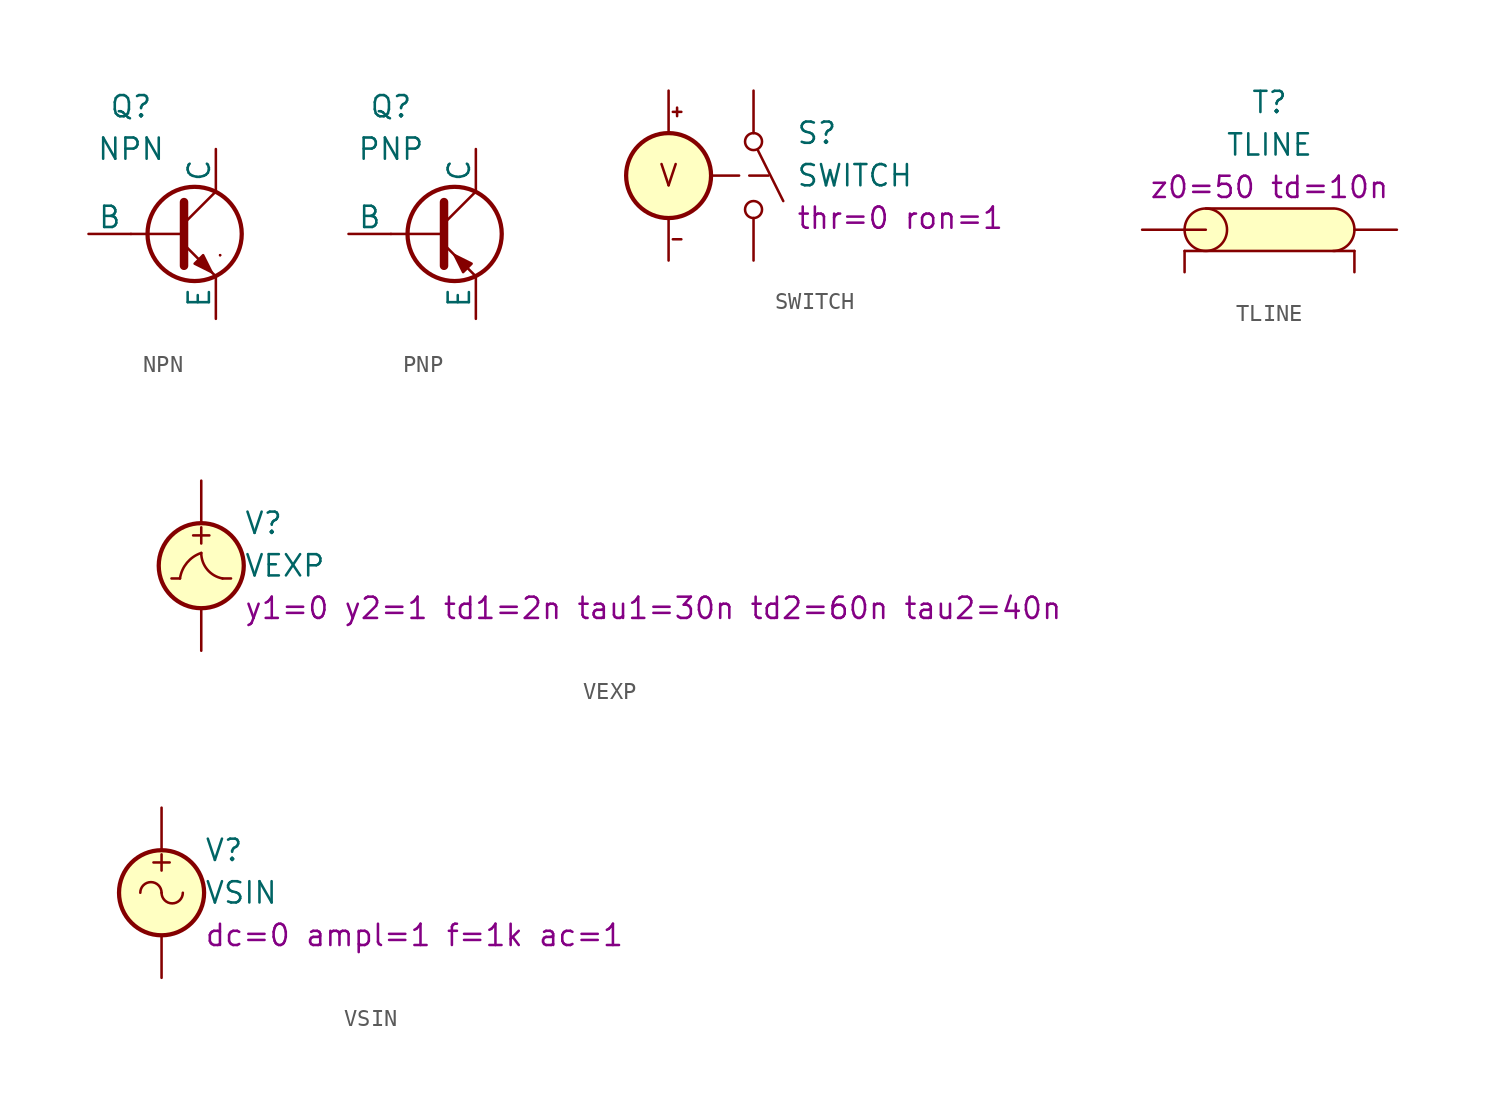
<source format=kicad_sym>
(kicad_symbol_lib
  (version 20231120)
  (generator "kicad_symbol_editor")
  (generator_version "8.0")
  (symbol "NPN"
    (pin_numbers hide)
    (pin_names
      (offset 0))
    (property "Reference" "Q"
      (at -2.54 7.62 0)
      (effects (font (size 1.27 1.27))))
    (property "Value" "NPN"
      (at -2.54 5.08 0)
      (effects (font (size 1.27 1.27))))
    (symbol "NPN_0_1"
      (polyline (pts (xy -2.54 0) (xy 0.635 0)) (stroke (width 0.152) (type default)) (fill (type none)))
      (polyline (pts (xy 0.635 0.635) (xy 2.54 2.54)) (stroke (width 0) (type default)) (fill (type none)))
      (polyline (pts (xy 2.794 -1.27) (xy 2.794 -1.27)) (stroke (width 0.152) (type default)) (fill (type none)))
      (polyline (pts (xy 2.794 -1.27) (xy 2.794 -1.27)) (stroke (width 0.152) (type default)) (fill (type none)))
      (polyline (pts (xy 0.635 -0.635) (xy 2.54 -2.54) (xy 2.54 -2.54)) (stroke (width 0) (type default)) (fill (type none)))
      (polyline (pts (xy 0.635 1.905) (xy 0.635 -1.905) (xy 0.635 -1.905)) (stroke (width 0.508) (type default)) (fill (type none)))
      (polyline (pts (xy 1.27 -1.778) (xy 1.778 -1.27) (xy 2.286 -2.286) (xy 1.27 -1.778) (xy 1.27 -1.778)) (stroke (width 0) (type default)) (fill (type outline)))
      (circle (center 1.27 0) (radius 2.819) (stroke (width 0.254) (type default)) (fill (type none))))
    (symbol "NPN_1_1"
      (pin open_collector line (at 2.54 5.08 270) (length 2.54) (name "C" (effects (font (size 1.27 1.27)))) (number "1" (effects (font (size 1.27 1.27)))))
      (pin input line (at -5.08 0 0) (length 2.54) (name "B" (effects (font (size 1.27 1.27)))) (number "2" (effects (font (size 1.27 1.27)))))
      (pin open_emitter line (at 2.54 -5.08 90) (length 2.54) (name "E" (effects (font (size 1.27 1.27)))) (number "3" (effects (font (size 1.27 1.27)))))))
  (symbol "PNP"
    (pin_numbers hide)
    (pin_names
      (offset 0))
    (property "Reference" "Q"
      (at -2.54 7.62 0)
      (effects (font (size 1.27 1.27))))
    (property "Value" "PNP"
      (at -2.54 5.08 0)
      (effects (font (size 1.27 1.27))))
    (symbol "PNP_0_1"
      (polyline (pts (xy -2.54 0) (xy 0.635 0)) (stroke (width 0.152) (type default)) (fill (type none)))
      (polyline (pts (xy 0.635 0.635) (xy 2.54 2.54)) (stroke (width 0) (type default)) (fill (type none)))
      (polyline (pts (xy 0.635 -0.635) (xy 2.54 -2.54) (xy 2.54 -2.54)) (stroke (width 0) (type default)) (fill (type none)))
      (polyline (pts (xy 0.635 1.905) (xy 0.635 -1.905) (xy 0.635 -1.905)) (stroke (width 0.508) (type default)) (fill (type none)))
      (polyline (pts (xy 2.286 -1.778) (xy 1.778 -2.286) (xy 1.27 -1.27) (xy 2.286 -1.778) (xy 2.286 -1.778)) (stroke (width 0) (type default)) (fill (type outline)))
      (circle (center 1.27 0) (radius 2.819) (stroke (width 0.254) (type default)) (fill (type none))))
    (symbol "PNP_1_1"
      (pin open_collector line (at 2.54 5.08 270) (length 2.54) (name "C" (effects (font (size 1.27 1.27)))) (number "1" (effects (font (size 1.27 1.27)))))
      (pin input line (at -5.08 0 0) (length 2.54) (name "B" (effects (font (size 1.27 1.27)))) (number "2" (effects (font (size 1.27 1.27)))))
      (pin open_emitter line (at 2.54 -5.08 90) (length 2.54) (name "E" (effects (font (size 1.27 1.27)))) (number "3" (effects (font (size 1.27 1.27)))))))
  (symbol "SWITCH"
    (pin_numbers hide)
    (pin_names
      (offset 1.016) hide)
    (property "Reference" "S"
      (at 2.54 2.54 0)
      (effects (font (size 1.27 1.27)) (justify left)))
    (property "Value" "SWITCH"
      (at 2.54 0 0)
      (effects (font (size 1.27 1.27)) (justify left)))
    (property "Sim.Params" "thr=0 ron=1"
      (at 2.54 -2.54 0)
      (effects (font (size 1.27 1.27)) (justify left)))
    (symbol "SWITCH_0_1"
      (circle (center 0 -2.032) (radius 0.508) (stroke (width 0) (type default)) (fill (type none)))
      (polyline (pts (xy 0.254 1.524) (xy 1.778 -1.524)) (stroke (width 0) (type default)) (fill (type none)))
      (circle (center 0 2.032) (radius 0.508) (stroke (width 0) (type default)) (fill (type none))))
    (symbol "SWITCH_1_1"
      (circle (center -5.08 0) (radius 2.54) (stroke (width 0.254) (type default)) (fill (type background)))
      (polyline (pts (xy -4.826 -3.81) (xy -4.318 -3.81)) (stroke (width 0) (type default)) (fill (type none)))
      (polyline (pts (xy -4.826 3.81) (xy -4.318 3.81)) (stroke (width 0) (type default)) (fill (type none)))
      (polyline (pts (xy -4.572 4.064) (xy -4.572 3.556)) (stroke (width 0) (type default)) (fill (type none)))
      (polyline (pts (xy -2.54 0) (xy 0.889 0)) (stroke (width 0) (type dash)) (fill (type none)))
      (text "V" (at -5.08 0 0) (effects (font (size 1.27 1.27))))
      (pin passive line (at 0 5.08 270) (length 2.54) (name "N+" (effects (font (size 1.27 1.27)))) (number "1" (effects (font (size 1.27 1.27)))))
      (pin passive line (at 0 -5.08 90) (length 2.54) (name "N-" (effects (font (size 1.27 1.27)))) (number "2" (effects (font (size 1.27 1.27)))))
      (pin input line (at -5.08 5.08 270) (length 2.54) (name "C+" (effects (font (size 1.27 1.27)))) (number "3" (effects (font (size 1.27 1.27)))))
      (pin input line (at -5.08 -5.08 90) (length 2.54) (name "C-" (effects (font (size 1.27 1.27)))) (number "4" (effects (font (size 1.27 1.27)))))))
  (symbol "TLINE"
    (pin_numbers hide)
    (property "Reference" "T"
      (at 0 7.62 0)
      (effects (font (size 1.27 1.27))))
    (property "Value" "TLINE"
      (at 0 5.08 0)
      (effects (font (size 1.27 1.27))))
    (property "Sim.Params" "z0=50 td=10n"
      (at 0 2.54 0)
      (effects (font (size 1.27 1.27))))
    (symbol "TLINE_0_1"
      (circle (center -3.81 0) (radius 1.27) (stroke (width 0) (type default)) (fill (type none)))
      (circle (center -3.81 0) (radius 1.27) (stroke (width -0.0001) (type default)) (fill (type background)))
      (rectangle (start -3.81 1.27) (end 3.81 -1.27) (stroke (width -0.0001) (type default)) (fill (type background)))
      (polyline (pts (xy -5.08 -1.27) (xy 3.81 -1.27)) (stroke (width 0) (type default)) (fill (type none)))
      (polyline (pts (xy -3.81 0) (xy -5.08 0)) (stroke (width 0) (type default)) (fill (type none)))
      (polyline (pts (xy -3.81 1.27) (xy 3.81 1.27)) (stroke (width 0) (type default)) (fill (type none)))
      (polyline (pts (xy 5.08 -1.27) (xy 3.81 -1.27)) (stroke (width 0) (type default)) (fill (type none)))
      (circle (center 3.81 0) (radius 1.27) (stroke (width -0.0001) (type default)) (fill (type background)))
      (arc (start 3.8776 -1.27) (mid 5.0818 0) (end 3.8776 1.27) (stroke (width 0) (type default)) (fill (type none))))
    (symbol "TLINE_1_1"
      (pin passive line (at -7.62 0 0) (length 2.54) (name "" (effects (font (size 1.27 1.27)))) (number "1" (effects (font (size 1.27 1.27)))))
      (pin passive line (at -5.08 -2.54 90) (length 1.27) (name "" (effects (font (size 1.27 1.27)))) (number "2" (effects (font (size 1.27 1.27)))))
      (pin passive line (at 7.62 0 180) (length 2.54) (name "" (effects (font (size 1.27 1.27)))) (number "3" (effects (font (size 1.27 1.27)))))
      (pin passive line (at 5.08 -2.54 90) (length 1.27) (name "" (effects (font (size 1.27 1.27)))) (number "4" (effects (font (size 1.27 1.27)))))))
  (symbol "VEXP"
    (pin_numbers hide)
    (pin_names
      (offset 0.025))
    (property "Reference" "V"
      (at 2.54 2.54 0)
      (effects (font (size 1.27 1.27)) (justify left)))
    (property "Value" "VEXP"
      (at 2.54 0 0)
      (effects (font (size 1.27 1.27)) (justify left)))
    (property "Sim.Params" "y1=0 y2=1 td1=2n tau1=30n td2=60n tau2=40n"
      (at 2.54 -2.54 0)
      (effects (font (size 1.27 1.27)) (justify left)))
    (symbol "VEXP_0_0"
      (polyline (pts (xy -1.27 -0.762) (xy -1.778 -0.762)) (stroke (width 0) (type default)) (fill (type none)))
      (polyline (pts (xy 1.27 -0.762) (xy 1.778 -0.762)) (stroke (width 0) (type default)) (fill (type none)))
      (arc (start 0 0.762) (mid -0.851 0.1794) (end -1.27 -0.762) (stroke (width 0) (type default)) (fill (type none)))
      (arc (start 0 0.762) (mid 0.3591 -0.2299) (end 1.27 -0.762) (stroke (width 0) (type default)) (fill (type none)))
      (text "+" (at 0 1.905 0) (effects (font (size 1.27 1.27)))))
    (symbol "VEXP_0_1"
      (circle (center 0 0) (radius 2.54) (stroke (width 0.254) (type default)) (fill (type background))))
    (symbol "VEXP_1_1"
      (pin passive line (at 0 5.08 270) (length 2.54) (name "~" (effects (font (size 1.27 1.27)))) (number "1" (effects (font (size 1.27 1.27)))))
      (pin passive line (at 0 -5.08 90) (length 2.54) (name "~" (effects (font (size 1.27 1.27)))) (number "2" (effects (font (size 1.27 1.27)))))))
  (symbol "VSIN"
    (pin_numbers hide)
    (pin_names
      (offset 0.025))
    (property "Reference" "V"
      (at 2.54 2.54 0)
      (effects (font (size 1.27 1.27)) (justify left)))
    (property "Value" "VSIN"
      (at 2.54 0 0)
      (effects (font (size 1.27 1.27)) (justify left)))
    (property "Sim.Params" "dc=0 ampl=1 f=1k ac=1"
      (at 2.54 -2.54 0)
      (effects (font (size 1.27 1.27)) (justify left)))
    (symbol "VSIN_0_0"
      (arc (start 0 0) (mid -0.635 0.6323) (end -1.27 0) (stroke (width 0) (type default)) (fill (type none)))
      (arc (start 0 0) (mid 0.635 -0.6323) (end 1.27 0) (stroke (width 0) (type default)) (fill (type none)))
      (text "+" (at 0 1.905 0) (effects (font (size 1.27 1.27)))))
    (symbol "VSIN_0_1"
      (circle (center 0 0) (radius 2.54) (stroke (width 0.254) (type default)) (fill (type background))))
    (symbol "VSIN_1_1"
      (pin passive line (at 0 5.08 270) (length 2.54) (name "~" (effects (font (size 1.27 1.27)))) (number "1" (effects (font (size 1.27 1.27)))))
      (pin passive line (at 0 -5.08 90) (length 2.54) (name "~" (effects (font (size 1.27 1.27)))) (number "2" (effects (font (size 1.27 1.27))))))))
</source>
